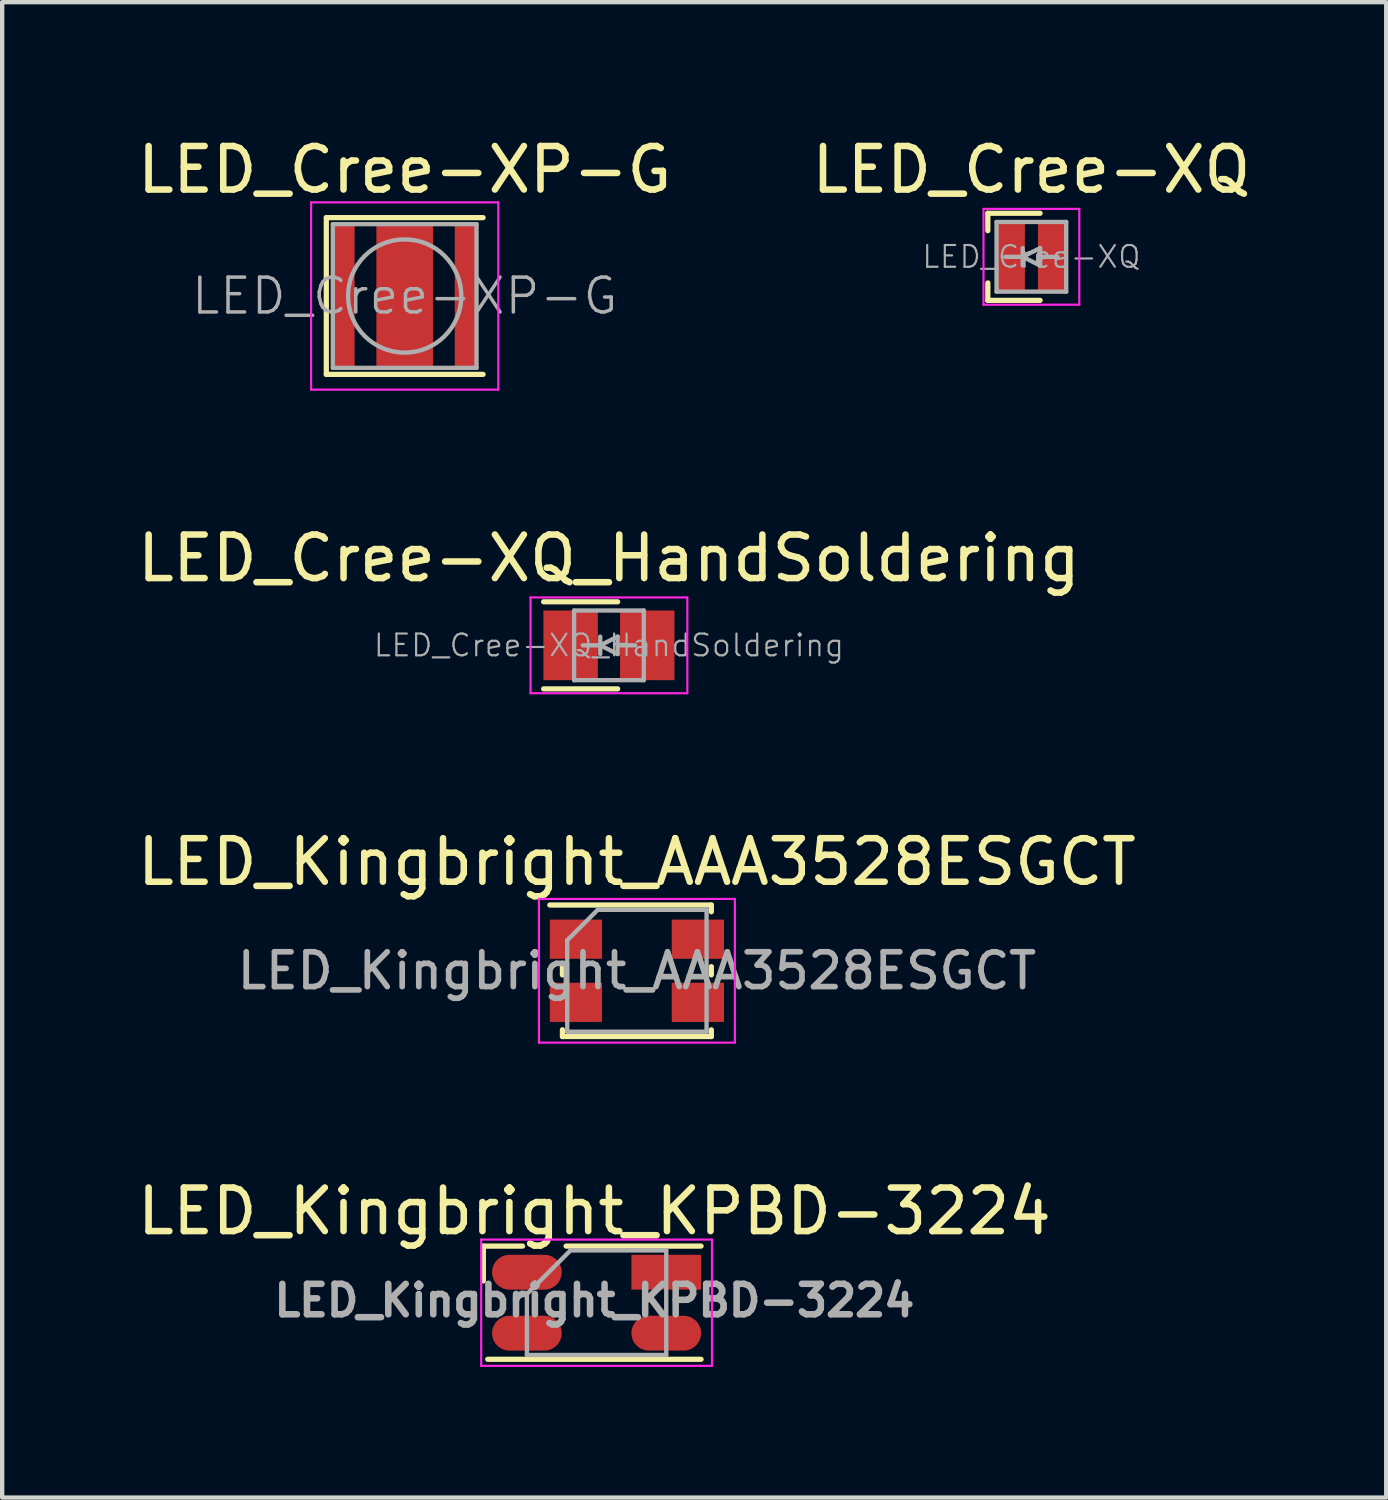
<source format=kicad_pcb>
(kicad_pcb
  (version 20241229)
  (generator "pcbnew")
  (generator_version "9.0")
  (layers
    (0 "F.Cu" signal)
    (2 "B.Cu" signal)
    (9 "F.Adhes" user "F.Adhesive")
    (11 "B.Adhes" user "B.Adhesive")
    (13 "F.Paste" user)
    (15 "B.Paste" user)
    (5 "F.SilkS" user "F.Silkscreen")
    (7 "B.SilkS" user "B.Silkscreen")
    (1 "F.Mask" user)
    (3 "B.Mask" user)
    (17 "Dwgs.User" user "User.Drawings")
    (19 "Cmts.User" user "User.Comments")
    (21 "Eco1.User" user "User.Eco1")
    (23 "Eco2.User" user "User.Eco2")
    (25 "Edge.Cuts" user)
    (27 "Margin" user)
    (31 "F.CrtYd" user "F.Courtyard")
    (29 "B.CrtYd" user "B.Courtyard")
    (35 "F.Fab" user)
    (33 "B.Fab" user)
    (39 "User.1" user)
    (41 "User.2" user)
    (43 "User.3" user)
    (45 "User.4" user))
  (footprint "LED_Kingbright_AAA3528ESGCT"
    (layer "F.Cu")
    (at 11.577 19.245)
    (property "Reference" "LED_Kingbright_AAA3528ESGCT" (at 0 -2.5 0) (layer "F.SilkS") (effects (font (size 1 1) (thickness 0.15))))
    (attr smd)
    (fp_line (start -2 -1.51) (end 1.71 -1.51) (stroke (width 0.12) (type solid)) (layer "F.SilkS"))
    (fp_line (start -1.71 -0.095) (end -1.71 0.095) (stroke (width 0.12) (type solid)) (layer "F.SilkS"))
    (fp_line (start -1.71 1.355) (end -1.71 1.51) (stroke (width 0.12) (type solid)) (layer "F.SilkS"))
    (fp_line (start -1.71 1.51) (end 1.71 1.51) (stroke (width 0.12) (type solid)) (layer "F.SilkS"))
    (fp_line (start 1.71 -1.355) (end 1.71 -1.51) (stroke (width 0.12) (type solid)) (layer "F.SilkS"))
    (fp_line (start 1.71 -0.095) (end 1.71 0.095) (stroke (width 0.12) (type solid)) (layer "F.SilkS"))
    (fp_line (start 1.71 1.355) (end 1.71 1.51) (stroke (width 0.12) (type solid)) (layer "F.SilkS"))
    (fp_line (start -2.25 -1.65) (end -2.25 1.65) (stroke (width 0.05) (type solid)) (layer "F.CrtYd"))
    (fp_line (start -2.25 -1.65) (end 2.25 -1.65) (stroke (width 0.05) (type solid)) (layer "F.CrtYd"))
    (fp_line (start -2.25 1.65) (end 2.25 1.65) (stroke (width 0.05) (type solid)) (layer "F.CrtYd"))
    (fp_line (start 2.25 -1.65) (end 2.25 1.65) (stroke (width 0.05) (type solid)) (layer "F.CrtYd"))
    (fp_line (start -1.6 1.4) (end -1.6 -0.7) (stroke (width 0.1) (type solid)) (layer "F.Fab"))
    (fp_line (start -0.9 -1.4) (end -1.6 -0.7) (stroke (width 0.1) (type solid)) (layer "F.Fab"))
    (fp_line (start -0.9 -1.4) (end 1.6 -1.4) (stroke (width 0.1) (type solid)) (layer "F.Fab"))
    (fp_line (start 1.6 -1.4) (end 1.6 1.4) (stroke (width 0.1) (type solid)) (layer "F.Fab"))
    (fp_line (start 1.6 1.4) (end -1.6 1.4) (stroke (width 0.1) (type solid)) (layer "F.Fab"))
    (fp_text user "${REFERENCE}" (at 0 0 0) (layer "F.Fab") (effects (font (size 0.8 0.8) (thickness 0.13))))
    (pad "1" smd rect (at -1.4 -0.725) (size 1.2 0.9) (layers "F.Cu" "F.Mask" "F.Paste"))
    (pad "2" smd rect (at 1.4 -0.725) (size 1.2 0.9) (layers "F.Cu" "F.Mask" "F.Paste"))
    (pad "3" smd rect (at 1.4 0.725) (size 1.2 0.9) (layers "F.Cu" "F.Mask" "F.Paste"))
    (pad "4" smd rect (at -1.4 0.725) (size 1.2 0.9) (layers "F.Cu" "F.Mask" "F.Paste")))
  (footprint "LED_Cree-XQ_HandSoldering"
    (layer "F.Cu")
    (at 10.935 11.771)
    (property "Reference" "LED_Cree-XQ_HandSoldering" (at 0 -2 0) (layer "F.SilkS") (effects (font (size 1 1) (thickness 0.15))))
    (attr smd)
    (fp_line (start 0.2 -1) (end -1.5 -1) (stroke (width 0.12) (type solid)) (layer "F.SilkS"))
    (fp_line (start 0.2 1) (end -1.5 1) (stroke (width 0.12) (type solid)) (layer "F.SilkS"))
    (fp_line (start -1.8 -1.1) (end 1.8 -1.1) (stroke (width 0.05) (type solid)) (layer "F.CrtYd"))
    (fp_line (start -1.8 1.1) (end -1.8 -1.1) (stroke (width 0.05) (type solid)) (layer "F.CrtYd"))
    (fp_line (start 1.8 -1.1) (end 1.8 1.1) (stroke (width 0.05) (type solid)) (layer "F.CrtYd"))
    (fp_line (start 1.8 1.1) (end -1.8 1.1) (stroke (width 0.05) (type solid)) (layer "F.CrtYd"))
    (fp_line (start -0.8 -0.8) (end 0.8 -0.8) (stroke (width 0.1) (type solid)) (layer "F.Fab"))
    (fp_line (start -0.8 0.8) (end -0.8 -0.8) (stroke (width 0.1) (type solid)) (layer "F.Fab"))
    (fp_line (start -0.6 0) (end -0.2 0) (stroke (width 0.1) (type solid)) (layer "F.Fab"))
    (fp_line (start -0.2 -0.2) (end -0.2 0.2) (stroke (width 0.1) (type solid)) (layer "F.Fab"))
    (fp_line (start -0.2 0) (end 0.2 -0.2) (stroke (width 0.1) (type solid)) (layer "F.Fab"))
    (fp_line (start 0.2 -0.2) (end 0.2 0.2) (stroke (width 0.1) (type solid)) (layer "F.Fab"))
    (fp_line (start 0.2 0.2) (end -0.2 0) (stroke (width 0.1) (type solid)) (layer "F.Fab"))
    (fp_line (start 0.6 0) (end 0.2 0) (stroke (width 0.1) (type solid)) (layer "F.Fab"))
    (fp_line (start 0.8 -0.8) (end 0.8 0.8) (stroke (width 0.1) (type solid)) (layer "F.Fab"))
    (fp_line (start 0.8 0.8) (end -0.8 0.8) (stroke (width 0.1) (type solid)) (layer "F.Fab"))
    (fp_text user "${REFERENCE}" (at 0 0 0) (layer "F.Fab") (effects (font (size 0.5 0.5) (thickness 0.05))))
    (pad "1" smd rect (at -0.88 0) (size 1.25 1.6) (layers "F.Cu" "F.Mask" "F.Paste"))
    (pad "2" smd rect (at 0.88 0) (size 1.25 1.6) (layers "F.Cu" "F.Mask" "F.Paste")))
  (footprint "LED_Kingbright_KPBD-3224"
    (layer "F.Cu")
    (at 10.651 26.868)
    (property "Reference" "LED_Kingbright_KPBD-3224" (at -0.05 -2.1 0) (layer "F.SilkS") (effects (font (size 1 1) (thickness 0.15))))
    (attr smd)
    (fp_line (start -2.6 -1.3) (end -2.6 -0.5) (stroke (width 0.12) (type solid)) (layer "F.SilkS"))
    (fp_line (start -2.6 -1.3) (end -1.7 -1.3) (stroke (width 0.12) (type solid)) (layer "F.SilkS"))
    (fp_line (start -2.5 1.3) (end 2.4 1.3) (stroke (width 0.12) (type solid)) (layer "F.SilkS"))
    (fp_line (start 2.4 -1.3) (end -0.7 -1.3) (stroke (width 0.12) (type solid)) (layer "F.SilkS"))
    (fp_line (start -2.65 -1.45) (end -2.65 1.45) (stroke (width 0.05) (type solid)) (layer "F.CrtYd"))
    (fp_line (start -2.65 1.45) (end 2.65 1.45) (stroke (width 0.05) (type solid)) (layer "F.CrtYd"))
    (fp_line (start 2.65 -1.45) (end -2.65 -1.45) (stroke (width 0.05) (type solid)) (layer "F.CrtYd"))
    (fp_line (start 2.65 1.45) (end 2.65 -1.45) (stroke (width 0.05) (type solid)) (layer "F.CrtYd"))
    (fp_line (start -1.6 1.2) (end -1.6 -0.2) (stroke (width 0.1) (type solid)) (layer "F.Fab"))
    (fp_line (start -0.6 -1.2) (end -1.6 -0.2) (stroke (width 0.1) (type solid)) (layer "F.Fab"))
    (fp_line (start -0.6 -1.2) (end 1.6 -1.2) (stroke (width 0.1) (type solid)) (layer "F.Fab"))
    (fp_line (start 1.6 -1.2) (end 1.6 1.2) (stroke (width 0.1) (type solid)) (layer "F.Fab"))
    (fp_line (start 1.6 1.2) (end -1.6 1.2) (stroke (width 0.1) (type solid)) (layer "F.Fab"))
    (fp_text user "${REFERENCE}" (at -0.05 -0.05 0) (layer "F.Fab") (effects (font (size 0.7 0.7) (thickness 0.15))))
    (pad "1" smd rect (at 1.6 -0.7 180) (size 1.6 0.8) (layers "F.Cu" "F.Mask" "F.Paste"))
    (pad "2" smd oval (at -1.6 -0.7 180) (size 1.6 0.8) (layers "F.Cu" "F.Mask" "F.Paste"))
    (pad "3" smd oval (at 1.6 0.7 180) (size 1.6 0.8) (layers "F.Cu" "F.Mask" "F.Paste"))
    (pad "4" smd oval (at -1.6 0.7 180) (size 1.6 0.8) (layers "F.Cu" "F.Mask" "F.Paste")))
  (footprint "LED_Cree-XQ"
    (layer "F.Cu")
    (at 20.637 2.848)
    (property "Reference" "LED_Cree-XQ" (at 0 -2 0) (layer "F.SilkS") (effects (font (size 1 1) (thickness 0.15))))
    (attr smd)
    (fp_line (start -1 -1) (end -1 -0.6) (stroke (width 0.12) (type solid)) (layer "F.SilkS"))
    (fp_line (start -1 1) (end -1 0.6) (stroke (width 0.12) (type solid)) (layer "F.SilkS"))
    (fp_line (start 0.2 -1) (end -1 -1) (stroke (width 0.12) (type solid)) (layer "F.SilkS"))
    (fp_line (start 0.2 1) (end -1 1) (stroke (width 0.12) (type solid)) (layer "F.SilkS"))
    (fp_line (start -1.1 -1.1) (end 1.1 -1.1) (stroke (width 0.05) (type solid)) (layer "F.CrtYd"))
    (fp_line (start -1.1 1.1) (end -1.1 -1.1) (stroke (width 0.05) (type solid)) (layer "F.CrtYd"))
    (fp_line (start 1.1 -1.1) (end 1.1 1.1) (stroke (width 0.05) (type solid)) (layer "F.CrtYd"))
    (fp_line (start 1.1 1.1) (end -1.1 1.1) (stroke (width 0.05) (type solid)) (layer "F.CrtYd"))
    (fp_line (start -0.8 -0.8) (end 0.8 -0.8) (stroke (width 0.1) (type solid)) (layer "F.Fab"))
    (fp_line (start -0.8 0.8) (end -0.8 -0.8) (stroke (width 0.1) (type solid)) (layer "F.Fab"))
    (fp_line (start -0.6 0) (end -0.2 0) (stroke (width 0.1) (type solid)) (layer "F.Fab"))
    (fp_line (start -0.2 -0.2) (end -0.2 0.2) (stroke (width 0.1) (type solid)) (layer "F.Fab"))
    (fp_line (start -0.2 0) (end 0.2 -0.2) (stroke (width 0.1) (type solid)) (layer "F.Fab"))
    (fp_line (start 0.2 -0.2) (end 0.2 0.2) (stroke (width 0.1) (type solid)) (layer "F.Fab"))
    (fp_line (start 0.2 0.2) (end -0.2 0) (stroke (width 0.1) (type solid)) (layer "F.Fab"))
    (fp_line (start 0.6 0) (end 0.2 0) (stroke (width 0.1) (type solid)) (layer "F.Fab"))
    (fp_line (start 0.8 -0.8) (end 0.8 0.8) (stroke (width 0.1) (type solid)) (layer "F.Fab"))
    (fp_line (start 0.8 0.8) (end -0.8 0.8) (stroke (width 0.1) (type solid)) (layer "F.Fab"))
    (fp_text user "${REFERENCE}" (at 0 0 0) (layer "F.Fab") (effects (font (size 0.5 0.5) (thickness 0.05))))
    (pad "1" smd rect (at -0.475 0) (size 0.65 1.6) (layers "F.Cu" "F.Mask" "F.Paste"))
    (pad "2" smd rect (at 0.475 0) (size 0.65 1.6) (layers "F.Cu" "F.Mask" "F.Paste")))
  (footprint "LED_Cree-XP-G"
    (layer "F.Cu")
    (at 6.244 3.748)
    (property "Reference" "LED_Cree-XP-G" (at 0 -2.9 0) (layer "F.SilkS") (effects (font (size 1 1) (thickness 0.15))))
    (attr smd)
    (fp_line (start -1.8 -1.8) (end 1.8 -1.8) (stroke (width 0.12) (type solid)) (layer "F.SilkS"))
    (fp_line (start -1.8 1.8) (end -1.8 -1.8) (stroke (width 0.12) (type solid)) (layer "F.SilkS"))
    (fp_line (start 1.8 1.8) (end -1.8 1.8) (stroke (width 0.12) (type solid)) (layer "F.SilkS"))
    (fp_line (start -2.15 -2.15) (end 2.15 -2.15) (stroke (width 0.05) (type solid)) (layer "F.CrtYd"))
    (fp_line (start -2.15 2.15) (end -2.15 -2.15) (stroke (width 0.05) (type solid)) (layer "F.CrtYd"))
    (fp_line (start 2.15 -2.15) (end 2.15 2.15) (stroke (width 0.05) (type solid)) (layer "F.CrtYd"))
    (fp_line (start 2.15 2.15) (end -2.15 2.15) (stroke (width 0.05) (type solid)) (layer "F.CrtYd"))
    (fp_line (start -1.65 -1.65) (end 1.65 -1.65) (stroke (width 0.1) (type solid)) (layer "F.Fab"))
    (fp_line (start -1.65 1.65) (end -1.65 -1.65) (stroke (width 0.1) (type solid)) (layer "F.Fab"))
    (fp_line (start 1.65 -1.65) (end 1.65 1.65) (stroke (width 0.1) (type solid)) (layer "F.Fab"))
    (fp_line (start 1.65 1.65) (end -1.65 1.65) (stroke (width 0.1) (type solid)) (layer "F.Fab"))
    (fp_circle (center 0 0) (end 0 1.3) (stroke (width 0.1) (type solid)) (fill no) (layer "F.Fab"))
    (fp_text user "${REFERENCE}" (at 0 0 0) (layer "F.Fab") (effects (font (size 0.8 0.8) (thickness 0.08))))
    (pad "" smd rect (at 0 -1) (size 1.01 0.75) (layers "F.Paste"))
    (pad "" smd rect (at 0 0) (size 1.01 0.75) (layers "F.Paste"))
    (pad "" smd rect (at 0 1) (size 1.01 0.75) (layers "F.Paste"))
    (pad "1" smd rect (at -1.4 0) (size 0.5 3.3) (layers "F.Cu" "F.Mask" "F.Paste"))
    (pad "2" smd rect (at 1.4 0) (size 0.5 3.3) (layers "F.Cu" "F.Mask" "F.Paste"))
    (pad "3" smd rect (at 0 0) (size 1.3 3.3) (layers "F.Cu" "F.Mask")))
  (gr_rect
    (start -3 -3)
    (end 28.786 31.343)
    (stroke (width 0.1) (type default))
    (fill no)
    (layer "Edge.Cuts")))
</source>
